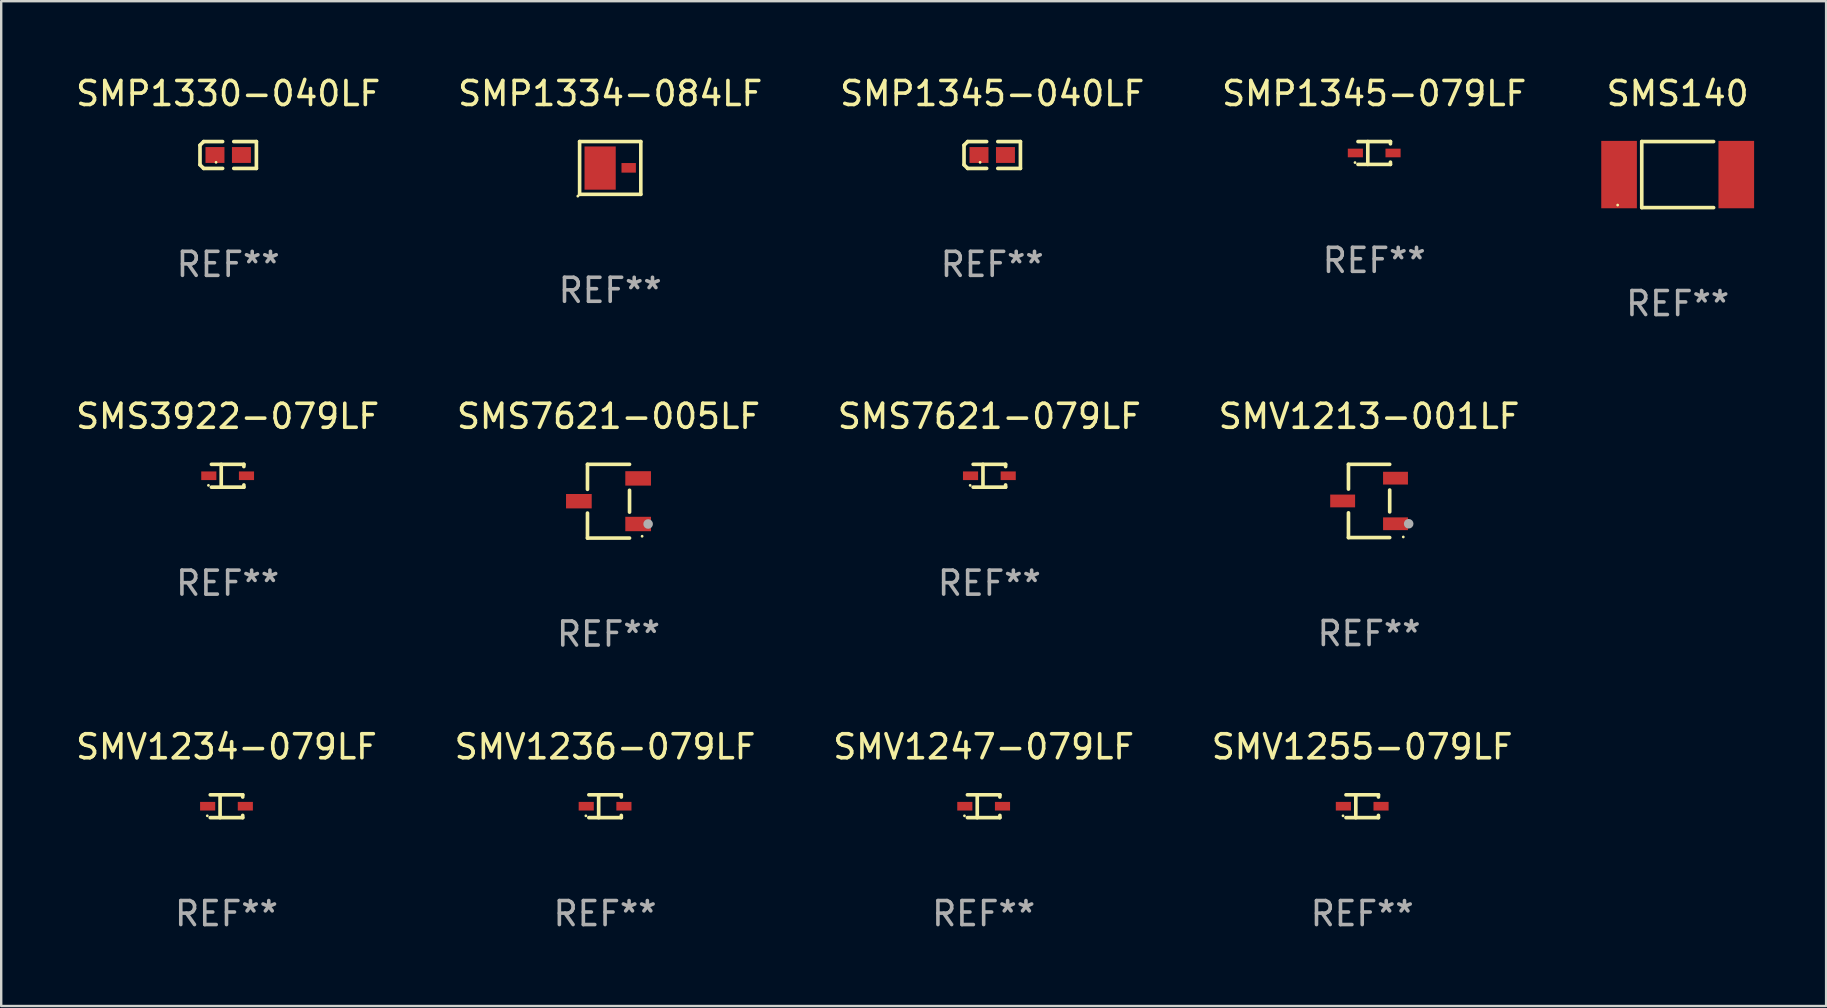
<source format=kicad_pcb>
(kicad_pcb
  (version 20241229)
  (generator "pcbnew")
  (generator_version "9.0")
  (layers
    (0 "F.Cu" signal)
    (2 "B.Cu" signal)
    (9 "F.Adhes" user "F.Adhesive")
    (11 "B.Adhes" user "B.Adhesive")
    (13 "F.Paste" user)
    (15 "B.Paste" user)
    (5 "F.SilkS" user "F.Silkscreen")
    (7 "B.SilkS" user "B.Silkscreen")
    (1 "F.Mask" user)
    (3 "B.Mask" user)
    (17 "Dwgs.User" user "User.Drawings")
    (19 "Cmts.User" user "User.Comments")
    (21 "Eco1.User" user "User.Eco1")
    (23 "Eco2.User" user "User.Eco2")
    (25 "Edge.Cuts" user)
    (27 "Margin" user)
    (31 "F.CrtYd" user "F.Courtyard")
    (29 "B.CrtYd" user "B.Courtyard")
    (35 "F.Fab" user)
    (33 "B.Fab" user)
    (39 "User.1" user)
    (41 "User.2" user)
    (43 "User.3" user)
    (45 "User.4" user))
  (footprint "SMV1236-079LF"
    (layer "F.Cu")
    (at 22.161 30.542)
    (property "Reference" "SMV1236-079LF" (at 0 -2.476 0) (layer "F.SilkS") (effects (font (size 1 1) (thickness 0.15))))
    (attr through_hole)
    (fp_line (start -0.676 -0.476) (end 0.676 -0.476) (stroke (width 0.152) (type solid)) (layer "F.SilkS"))
    (fp_line (start -0.676 0.476) (end 0.676 0.476) (stroke (width 0.152) (type solid)) (layer "F.SilkS"))
    (fp_line (start -0.267 -0.476) (end -0.267 0.476) (stroke (width 0.152) (type solid)) (layer "F.SilkS"))
    (fp_line (start 0.676 -0.476) (end 0.676 -0.383) (stroke (width 0.152) (type solid)) (layer "F.SilkS"))
    (fp_line (start 0.676 0.476) (end 0.676 0.383) (stroke (width 0.152) (type solid)) (layer "F.SilkS"))
    (fp_circle (center -0.8 0.4) (end -0.77 0.4) (stroke (width 0.06) (type solid)) (fill no) (layer "F.SilkS"))
    (fp_text user "REF**" (at 0 4.476 0) (layer "F.Fab") (effects (font (size 1 1) (thickness 0.15))))
    (pad "1" smd rect (at -0.785 0) (size 0.63 0.36) (layers "F.Cu" "F.Mask" "F.Paste"))
    (pad "2" smd rect (at 0.785 0) (size 0.63 0.36) (layers "F.Cu" "F.Mask" "F.Paste")))
  (footprint "SMP1345-040LF"
    (layer "F.Cu")
    (at 38.292 3.408)
    (property "Reference" "SMP1345-040LF" (at 0 -2.559 0) (layer "F.SilkS") (effects (font (size 1 1) (thickness 0.15))))
    (attr through_hole)
    (fp_line (start -1.175 -0.407) (end -1.023 -0.559) (stroke (width 0.152) (type solid)) (layer "F.SilkS"))
    (fp_line (start -1.175 0.407) (end -1.175 -0.407) (stroke (width 0.152) (type solid)) (layer "F.SilkS"))
    (fp_line (start -1.023 -0.559) (end -0.232 -0.559) (stroke (width 0.152) (type solid)) (layer "F.SilkS"))
    (fp_line (start -1.023 0.559) (end -1.175 0.407) (stroke (width 0.152) (type solid)) (layer "F.SilkS"))
    (fp_line (start -0.232 0.559) (end -1.023 0.559) (stroke (width 0.152) (type solid)) (layer "F.SilkS"))
    (fp_line (start 0.232 0.559) (end 1.175 0.559) (stroke (width 0.152) (type solid)) (layer "F.SilkS"))
    (fp_line (start 1.175 -0.559) (end 0.232 -0.559) (stroke (width 0.152) (type solid)) (layer "F.SilkS"))
    (fp_line (start 1.175 0.559) (end 1.175 -0.559) (stroke (width 0.152) (type solid)) (layer "F.SilkS"))
    (fp_circle (center -0.506 0.306) (end -0.476 0.306) (stroke (width 0.06) (type solid)) (fill no) (layer "F.SilkS"))
    (fp_text user "REF**" (at 0 4.559 0) (layer "F.Fab") (effects (font (size 1 1) (thickness 0.15))))
    (pad "1" smd rect (at -0.551 0) (size 0.79 0.661) (layers "F.Cu" "F.Mask" "F.Paste"))
    (pad "2" smd rect (at 0.551 0) (size 0.79 0.661) (layers "F.Cu" "F.Mask" "F.Paste")))
  (footprint "SMP1345-079LF"
    (layer "F.Cu")
    (at 54.208 3.324)
    (property "Reference" "SMP1345-079LF" (at 0 -2.476 0) (layer "F.SilkS") (effects (font (size 1 1) (thickness 0.15))))
    (attr through_hole)
    (fp_line (start -0.676 -0.476) (end 0.676 -0.476) (stroke (width 0.152) (type solid)) (layer "F.SilkS"))
    (fp_line (start -0.676 0.476) (end 0.676 0.476) (stroke (width 0.152) (type solid)) (layer "F.SilkS"))
    (fp_line (start -0.267 -0.476) (end -0.267 0.476) (stroke (width 0.152) (type solid)) (layer "F.SilkS"))
    (fp_line (start 0.676 -0.476) (end 0.676 -0.383) (stroke (width 0.152) (type solid)) (layer "F.SilkS"))
    (fp_line (start 0.676 0.476) (end 0.676 0.383) (stroke (width 0.152) (type solid)) (layer "F.SilkS"))
    (fp_circle (center -0.8 0.4) (end -0.77 0.4) (stroke (width 0.06) (type solid)) (fill no) (layer "F.SilkS"))
    (fp_text user "REF**" (at 0 4.476 0) (layer "F.Fab") (effects (font (size 1 1) (thickness 0.15))))
    (pad "1" smd rect (at -0.785 0) (size 0.63 0.36) (layers "F.Cu" "F.Mask" "F.Paste"))
    (pad "2" smd rect (at 0.785 0) (size 0.63 0.36) (layers "F.Cu" "F.Mask" "F.Paste")))
  (footprint "SMV1234-079LF"
    (layer "F.Cu")
    (at 6.387 30.542)
    (property "Reference" "SMV1234-079LF" (at 0 -2.476 0) (layer "F.SilkS") (effects (font (size 1 1) (thickness 0.15))))
    (attr through_hole)
    (fp_line (start -0.676 -0.476) (end 0.676 -0.476) (stroke (width 0.152) (type solid)) (layer "F.SilkS"))
    (fp_line (start -0.676 0.476) (end 0.676 0.476) (stroke (width 0.152) (type solid)) (layer "F.SilkS"))
    (fp_line (start -0.267 -0.476) (end -0.267 0.476) (stroke (width 0.152) (type solid)) (layer "F.SilkS"))
    (fp_line (start 0.676 -0.476) (end 0.676 -0.383) (stroke (width 0.152) (type solid)) (layer "F.SilkS"))
    (fp_line (start 0.676 0.476) (end 0.676 0.383) (stroke (width 0.152) (type solid)) (layer "F.SilkS"))
    (fp_circle (center -0.8 0.4) (end -0.77 0.4) (stroke (width 0.06) (type solid)) (fill no) (layer "F.SilkS"))
    (fp_text user "REF**" (at 0 4.476 0) (layer "F.Fab") (effects (font (size 1 1) (thickness 0.15))))
    (pad "1" smd rect (at -0.785 0) (size 0.63 0.36) (layers "F.Cu" "F.Mask" "F.Paste"))
    (pad "2" smd rect (at 0.785 0) (size 0.63 0.36) (layers "F.Cu" "F.Mask" "F.Paste")))
  (footprint "SMS7621-005LF"
    (layer "F.Cu")
    (at 22.304 17.833)
    (property "Reference" "SMS7621-005LF" (at 0 -3.536 0) (layer "F.SilkS") (effects (font (size 1 1) (thickness 0.15))))
    (attr through_hole)
    (fp_line (start -0.876 -1.536) (end -0.876 -0.495) (stroke (width 0.152) (type solid)) (layer "F.SilkS"))
    (fp_line (start -0.876 1.536) (end -0.876 0.495) (stroke (width 0.152) (type solid)) (layer "F.SilkS"))
    (fp_line (start 0.876 -1.536) (end -0.876 -1.536) (stroke (width 0.152) (type solid)) (layer "F.SilkS"))
    (fp_line (start 0.876 -0.455) (end 0.876 0.455) (stroke (width 0.152) (type solid)) (layer "F.SilkS"))
    (fp_line (start 0.876 1.536) (end -0.876 1.536) (stroke (width 0.152) (type solid)) (layer "F.SilkS"))
    (fp_circle (center 1.4 1.46) (end 1.43 1.46) (stroke (width 0.06) (type solid)) (fill no) (layer "F.SilkS"))
    (fp_circle (center 1.651 0.95) (end 1.751 0.95) (stroke (width 0.2) (type solid)) (fill no) (layer "F.Fab"))
    (fp_text user "REF**" (at 0 5.536 0) (layer "F.Fab") (effects (font (size 1 1) (thickness 0.15))))
    (pad "1" smd rect (at 1.235 0.95) (size 1.07 0.6) (layers "F.Cu" "F.Mask" "F.Paste"))
    (pad "2" smd rect (at 1.235 -0.95) (size 1.07 0.6) (layers "F.Cu" "F.Mask" "F.Paste"))
    (pad "3" smd rect (at -1.235 0) (size 1.07 0.6) (layers "F.Cu" "F.Mask" "F.Paste")))
  (footprint "SMV1213-001LF"
    (layer "F.Cu")
    (at 53.994 17.823)
    (property "Reference" "SMV1213-001LF" (at 0 -3.526 0) (layer "F.SilkS") (effects (font (size 1 1) (thickness 0.15))))
    (attr through_hole)
    (fp_line (start -0.859 -1.526) (end -0.859 -0.495) (stroke (width 0.152) (type solid)) (layer "F.SilkS"))
    (fp_line (start -0.859 1.526) (end -0.859 0.495) (stroke (width 0.152) (type solid)) (layer "F.SilkS"))
    (fp_line (start 0.859 -1.526) (end -0.859 -1.526) (stroke (width 0.152) (type solid)) (layer "F.SilkS"))
    (fp_line (start 0.859 -0.455) (end 0.859 0.455) (stroke (width 0.152) (type solid)) (layer "F.SilkS"))
    (fp_line (start 0.859 1.526) (end -0.859 1.526) (stroke (width 0.152) (type solid)) (layer "F.SilkS"))
    (fp_circle (center 1.425 1.5) (end 1.455 1.5) (stroke (width 0.06) (type solid)) (fill no) (layer "F.SilkS"))
    (fp_circle (center 1.65 0.95) (end 1.75 0.95) (stroke (width 0.2) (type solid)) (fill no) (layer "F.Fab"))
    (fp_text user "REF**" (at 0 5.526 0) (layer "F.Fab") (effects (font (size 1 1) (thickness 0.15))))
    (pad "1" smd rect (at 1.101 0.95) (size 1.037 0.532) (layers "F.Cu" "F.Mask" "F.Paste"))
    (pad "2" smd rect (at 1.101 -0.95) (size 1.037 0.532) (layers "F.Cu" "F.Mask" "F.Paste"))
    (pad "3" smd rect (at -1.101 0) (size 1.037 0.532) (layers "F.Cu" "F.Mask" "F.Paste")))
  (footprint "SMS140"
    (layer "F.Cu")
    (at 66.852 4.224)
    (property "Reference" "SMS140" (at 0 -3.376 0) (layer "F.SilkS") (effects (font (size 1 1) (thickness 0.15))))
    (attr through_hole)
    (fp_line (start -1.497 -1.376) (end -1.497 1.376) (stroke (width 0.152) (type solid)) (layer "F.SilkS"))
    (fp_line (start -1.497 -1.376) (end 1.497 -1.376) (stroke (width 0.152) (type solid)) (layer "F.SilkS"))
    (fp_line (start -1.497 1.376) (end 1.497 1.376) (stroke (width 0.152) (type solid)) (layer "F.SilkS"))
    (fp_circle (center -2.5 1.27) (end -2.47 1.27) (stroke (width 0.06) (type solid)) (fill no) (layer "F.SilkS"))
    (fp_text user "REF**" (at 0 5.376 0) (layer "F.Fab") (effects (font (size 1 1) (thickness 0.15))))
    (pad "1" smd rect (at -2.442 0 180) (size 1.485 2.808) (layers "F.Cu" "F.Mask" "F.Paste"))
    (pad "2" smd rect (at 2.442 0 180) (size 1.485 2.808) (layers "F.Cu" "F.Mask" "F.Paste")))
  (footprint "SMP1334-084LF"
    (layer "F.Cu")
    (at 22.375 3.948)
    (property "Reference" "SMP1334-084LF" (at 0 -3.1 0) (layer "F.SilkS") (effects (font (size 1 1) (thickness 0.15))))
    (attr through_hole)
    (fp_line (start -1.275 -1.1) (end -1.275 1.1) (stroke (width 0.15) (type solid)) (layer "F.SilkS"))
    (fp_line (start -1.275 -1.1) (end 1.275 -1.1) (stroke (width 0.15) (type solid)) (layer "F.SilkS"))
    (fp_line (start -1.275 1.1) (end 1.275 1.1) (stroke (width 0.15) (type solid)) (layer "F.SilkS"))
    (fp_line (start 1.275 -1.1) (end 1.275 1.1) (stroke (width 0.15) (type solid)) (layer "F.SilkS"))
    (fp_circle (center -1.35 1.175) (end -1.32 1.175) (stroke (width 0.06) (type solid)) (fill no) (layer "F.SilkS"))
    (fp_text user "REF**" (at 0 5.1 0) (layer "F.Fab") (effects (font (size 1 1) (thickness 0.15))))
    (pad "1" smd rect (at -0.42 0.005 180) (size 1.3 1.8) (layers "F.Cu" "F.Mask" "F.Paste"))
    (pad "2" smd rect (at 0.77 -0.005) (size 0.6 0.4) (layers "F.Cu" "F.Mask" "F.Paste")))
  (footprint "SMS7621-079LF"
    (layer "F.Cu")
    (at 38.173 16.773)
    (property "Reference" "SMS7621-079LF" (at 0 -2.476 0) (layer "F.SilkS") (effects (font (size 1 1) (thickness 0.15))))
    (attr through_hole)
    (fp_line (start -0.676 -0.476) (end 0.676 -0.476) (stroke (width 0.152) (type solid)) (layer "F.SilkS"))
    (fp_line (start -0.676 0.476) (end 0.676 0.476) (stroke (width 0.152) (type solid)) (layer "F.SilkS"))
    (fp_line (start -0.267 -0.476) (end -0.267 0.476) (stroke (width 0.152) (type solid)) (layer "F.SilkS"))
    (fp_line (start 0.676 -0.476) (end 0.676 -0.383) (stroke (width 0.152) (type solid)) (layer "F.SilkS"))
    (fp_line (start 0.676 0.476) (end 0.676 0.383) (stroke (width 0.152) (type solid)) (layer "F.SilkS"))
    (fp_circle (center -0.8 0.4) (end -0.77 0.4) (stroke (width 0.06) (type solid)) (fill no) (layer "F.SilkS"))
    (fp_text user "REF**" (at 0 4.476 0) (layer "F.Fab") (effects (font (size 1 1) (thickness 0.15))))
    (pad "1" smd rect (at -0.785 0) (size 0.63 0.36) (layers "F.Cu" "F.Mask" "F.Paste"))
    (pad "2" smd rect (at 0.785 0) (size 0.63 0.36) (layers "F.Cu" "F.Mask" "F.Paste")))
  (footprint "SMS3922-079LF"
    (layer "F.Cu")
    (at 6.435 16.773)
    (property "Reference" "SMS3922-079LF" (at 0 -2.476 0) (layer "F.SilkS") (effects (font (size 1 1) (thickness 0.15))))
    (attr through_hole)
    (fp_line (start -0.676 -0.476) (end 0.676 -0.476) (stroke (width 0.152) (type solid)) (layer "F.SilkS"))
    (fp_line (start -0.676 0.476) (end 0.676 0.476) (stroke (width 0.152) (type solid)) (layer "F.SilkS"))
    (fp_line (start -0.267 -0.476) (end -0.267 0.476) (stroke (width 0.152) (type solid)) (layer "F.SilkS"))
    (fp_line (start 0.676 -0.476) (end 0.676 -0.383) (stroke (width 0.152) (type solid)) (layer "F.SilkS"))
    (fp_line (start 0.676 0.476) (end 0.676 0.383) (stroke (width 0.152) (type solid)) (layer "F.SilkS"))
    (fp_circle (center -0.8 0.4) (end -0.77 0.4) (stroke (width 0.06) (type solid)) (fill no) (layer "F.SilkS"))
    (fp_text user "REF**" (at 0 4.476 0) (layer "F.Fab") (effects (font (size 1 1) (thickness 0.15))))
    (pad "1" smd rect (at -0.785 0) (size 0.63 0.36) (layers "F.Cu" "F.Mask" "F.Paste"))
    (pad "2" smd rect (at 0.785 0) (size 0.63 0.36) (layers "F.Cu" "F.Mask" "F.Paste")))
  (footprint "SMV1247-079LF"
    (layer "F.Cu")
    (at 37.935 30.542)
    (property "Reference" "SMV1247-079LF" (at 0 -2.476 0) (layer "F.SilkS") (effects (font (size 1 1) (thickness 0.15))))
    (attr through_hole)
    (fp_line (start -0.676 -0.476) (end 0.676 -0.476) (stroke (width 0.152) (type solid)) (layer "F.SilkS"))
    (fp_line (start -0.676 0.476) (end 0.676 0.476) (stroke (width 0.152) (type solid)) (layer "F.SilkS"))
    (fp_line (start -0.267 -0.476) (end -0.267 0.476) (stroke (width 0.152) (type solid)) (layer "F.SilkS"))
    (fp_line (start 0.676 -0.476) (end 0.676 -0.383) (stroke (width 0.152) (type solid)) (layer "F.SilkS"))
    (fp_line (start 0.676 0.476) (end 0.676 0.383) (stroke (width 0.152) (type solid)) (layer "F.SilkS"))
    (fp_circle (center -0.8 0.4) (end -0.77 0.4) (stroke (width 0.06) (type solid)) (fill no) (layer "F.SilkS"))
    (fp_text user "REF**" (at 0 4.476 0) (layer "F.Fab") (effects (font (size 1 1) (thickness 0.15))))
    (pad "1" smd rect (at -0.785 0) (size 0.63 0.36) (layers "F.Cu" "F.Mask" "F.Paste"))
    (pad "2" smd rect (at 0.785 0) (size 0.63 0.36) (layers "F.Cu" "F.Mask" "F.Paste")))
  (footprint "SMP1330-040LF"
    (layer "F.Cu")
    (at 6.458 3.408)
    (property "Reference" "SMP1330-040LF" (at 0 -2.559 0) (layer "F.SilkS") (effects (font (size 1 1) (thickness 0.15))))
    (attr through_hole)
    (fp_line (start -1.175 -0.407) (end -1.023 -0.559) (stroke (width 0.152) (type solid)) (layer "F.SilkS"))
    (fp_line (start -1.175 0.407) (end -1.175 -0.407) (stroke (width 0.152) (type solid)) (layer "F.SilkS"))
    (fp_line (start -1.023 -0.559) (end -0.232 -0.559) (stroke (width 0.152) (type solid)) (layer "F.SilkS"))
    (fp_line (start -1.023 0.559) (end -1.175 0.407) (stroke (width 0.152) (type solid)) (layer "F.SilkS"))
    (fp_line (start -0.232 0.559) (end -1.023 0.559) (stroke (width 0.152) (type solid)) (layer "F.SilkS"))
    (fp_line (start 0.232 0.559) (end 1.175 0.559) (stroke (width 0.152) (type solid)) (layer "F.SilkS"))
    (fp_line (start 1.175 -0.559) (end 0.232 -0.559) (stroke (width 0.152) (type solid)) (layer "F.SilkS"))
    (fp_line (start 1.175 0.559) (end 1.175 -0.559) (stroke (width 0.152) (type solid)) (layer "F.SilkS"))
    (fp_circle (center -0.506 0.306) (end -0.476 0.306) (stroke (width 0.06) (type solid)) (fill no) (layer "F.SilkS"))
    (fp_text user "REF**" (at 0 4.559 0) (layer "F.Fab") (effects (font (size 1 1) (thickness 0.15))))
    (pad "1" smd rect (at -0.551 0) (size 0.79 0.661) (layers "F.Cu" "F.Mask" "F.Paste"))
    (pad "2" smd rect (at 0.551 0) (size 0.79 0.661) (layers "F.Cu" "F.Mask" "F.Paste")))
  (footprint "SMV1255-079LF"
    (layer "F.Cu")
    (at 53.708 30.542)
    (property "Reference" "SMV1255-079LF" (at 0 -2.476 0) (layer "F.SilkS") (effects (font (size 1 1) (thickness 0.15))))
    (attr through_hole)
    (fp_line (start -0.676 -0.476) (end 0.676 -0.476) (stroke (width 0.152) (type solid)) (layer "F.SilkS"))
    (fp_line (start -0.676 0.476) (end 0.676 0.476) (stroke (width 0.152) (type solid)) (layer "F.SilkS"))
    (fp_line (start -0.267 -0.476) (end -0.267 0.476) (stroke (width 0.152) (type solid)) (layer "F.SilkS"))
    (fp_line (start 0.676 -0.476) (end 0.676 -0.383) (stroke (width 0.152) (type solid)) (layer "F.SilkS"))
    (fp_line (start 0.676 0.476) (end 0.676 0.383) (stroke (width 0.152) (type solid)) (layer "F.SilkS"))
    (fp_circle (center -0.8 0.4) (end -0.77 0.4) (stroke (width 0.06) (type solid)) (fill no) (layer "F.SilkS"))
    (fp_text user "REF**" (at 0 4.476 0) (layer "F.Fab") (effects (font (size 1 1) (thickness 0.15))))
    (pad "1" smd rect (at -0.785 0) (size 0.63 0.36) (layers "F.Cu" "F.Mask" "F.Paste"))
    (pad "2" smd rect (at 0.785 0) (size 0.63 0.36) (layers "F.Cu" "F.Mask" "F.Paste")))
  (gr_rect
    (start -3 -3)
    (end 73.037 38.867)
    (stroke (width 0.1) (type default))
    (fill no)
    (layer "Edge.Cuts")))
</source>
